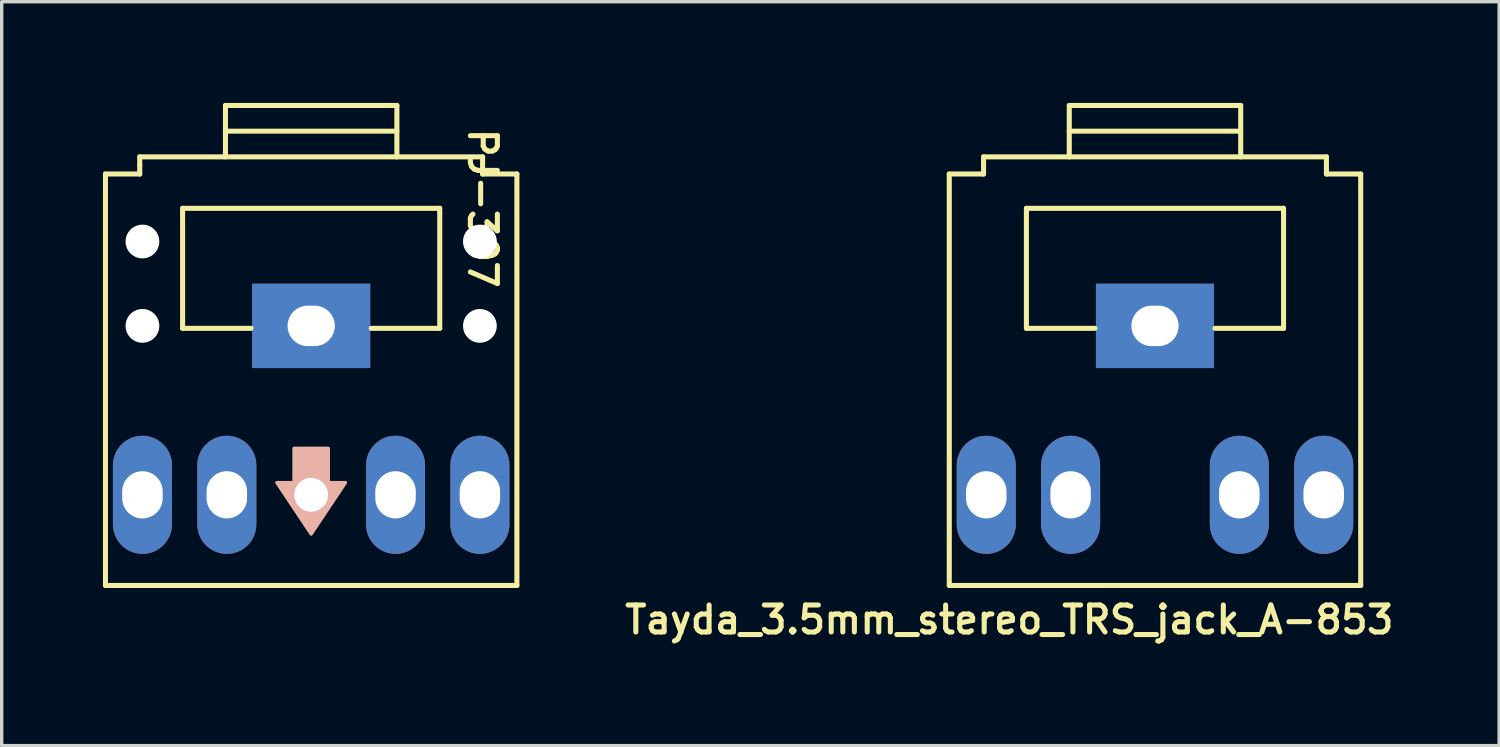
<source format=kicad_pcb>
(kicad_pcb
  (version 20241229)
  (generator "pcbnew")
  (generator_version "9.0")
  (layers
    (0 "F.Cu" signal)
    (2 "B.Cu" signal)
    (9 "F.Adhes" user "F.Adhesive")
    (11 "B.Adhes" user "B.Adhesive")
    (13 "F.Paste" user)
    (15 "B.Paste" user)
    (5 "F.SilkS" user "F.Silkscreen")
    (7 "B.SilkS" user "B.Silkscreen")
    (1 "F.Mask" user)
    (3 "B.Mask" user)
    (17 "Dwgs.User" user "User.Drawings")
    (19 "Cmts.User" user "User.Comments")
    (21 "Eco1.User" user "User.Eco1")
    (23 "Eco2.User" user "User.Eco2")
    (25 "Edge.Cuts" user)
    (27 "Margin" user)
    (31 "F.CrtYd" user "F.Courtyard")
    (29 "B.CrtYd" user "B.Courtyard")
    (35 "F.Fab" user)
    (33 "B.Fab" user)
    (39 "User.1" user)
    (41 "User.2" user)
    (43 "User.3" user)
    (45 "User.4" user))
  (footprint "Tayda_3.5mm_stereo_TRS_jack_A-853"
    (layer "F.Cu")
    (at 31.176 8.203)
    (property "Reference" "Tayda_3.5mm_stereo_TRS_jack_A-853" (at -4.318 7.112 0) (layer "F.SilkS") (effects (font (size 0.8 0.8) (thickness 0.15))))
    (attr through_hole)
    (fp_line (start -6.096 6.096) (end -6.096 -6.096) (stroke (width 0.15) (type solid)) (layer "F.SilkS"))
    (fp_line (start -5.08 -6.604) (end 5.08 -6.604) (stroke (width 0.15) (type solid)) (layer "F.SilkS"))
    (fp_line (start -5.08 -6.35) (end -5.08 -6.604) (stroke (width 0.15) (type solid)) (layer "F.SilkS"))
    (fp_line (start -5.08 -6.096) (end -6.096 -6.096) (stroke (width 0.15) (type solid)) (layer "F.SilkS"))
    (fp_line (start -5.08 -6.096) (end -5.08 -6.35) (stroke (width 0.15) (type solid)) (layer "F.SilkS"))
    (fp_line (start -3.81 -5.08) (end 3.81 -5.08) (stroke (width 0.15) (type solid)) (layer "F.SilkS"))
    (fp_line (start -3.81 -1.524) (end -3.81 -5.08) (stroke (width 0.15) (type solid)) (layer "F.SilkS"))
    (fp_line (start -2.54 -8.128) (end -2.54 -6.604) (stroke (width 0.15) (type solid)) (layer "F.SilkS"))
    (fp_line (start -2.54 -8.128) (end 2.54 -8.128) (stroke (width 0.15) (type solid)) (layer "F.SilkS"))
    (fp_line (start -2.54 -7.366) (end 2.54 -7.366) (stroke (width 0.15) (type solid)) (layer "F.SilkS"))
    (fp_line (start -1.778 -1.524) (end -3.81 -1.524) (stroke (width 0.15) (type solid)) (layer "F.SilkS"))
    (fp_line (start 2.54 -6.604) (end 2.54 -8.128) (stroke (width 0.15) (type solid)) (layer "F.SilkS"))
    (fp_line (start 3.81 -5.08) (end 3.81 -1.524) (stroke (width 0.15) (type solid)) (layer "F.SilkS"))
    (fp_line (start 3.81 -1.524) (end 1.778 -1.524) (stroke (width 0.15) (type solid)) (layer "F.SilkS"))
    (fp_line (start 5.08 -6.604) (end 5.08 -6.096) (stroke (width 0.15) (type solid)) (layer "F.SilkS"))
    (fp_line (start 6.096 -6.096) (end 5.08 -6.096) (stroke (width 0.15) (type solid)) (layer "F.SilkS"))
    (fp_line (start 6.096 -6.096) (end 6.096 6.096) (stroke (width 0.15) (type solid)) (layer "F.SilkS"))
    (fp_line (start 6.096 6.096) (end -6.096 6.096) (stroke (width 0.15) (type solid)) (layer "F.SilkS"))
    (pad "1" thru_hole rect (at 0 -1.596) (size 3.5 2.5) (drill oval 1.4 1.2) (layers "*.Cu" "*.Mask"))
    (pad "2" thru_hole oval (at 5 3.41) (size 1.75 3.5) (drill oval 1.2 1.4) (layers "*.Cu" "*.Mask"))
    (pad "3" thru_hole oval (at 2.5 3.41) (size 1.75 3.5) (drill oval 1.2 1.4) (layers "*.Cu" "*.Mask"))
    (pad "4" thru_hole oval (at -2.5 3.41) (size 1.75 3.5) (drill oval 1.2 1.4) (layers "*.Cu" "*.Mask"))
    (pad "5" thru_hole oval (at -5 3.41) (size 1.75 3.5) (drill oval 1.2 1.4) (layers "*.Cu" "*.Mask")))
  (footprint "PJ-307"
    (layer "F.Cu")
    (at 6.171 8.203)
    (property "Reference" "PJ-307" (at 5.08 -5.08 270) (unlocked yes) (layer "F.SilkS") (effects (font (size 0.8 0.8) (thickness 0.15))))
    (attr through_hole)
    (fp_line (start -6.096 6.096) (end -6.096 -6.096) (stroke (width 0.15) (type solid)) (layer "F.SilkS"))
    (fp_line (start -5.08 -6.604) (end 5.08 -6.604) (stroke (width 0.15) (type solid)) (layer "F.SilkS"))
    (fp_line (start -5.08 -6.35) (end -5.08 -6.604) (stroke (width 0.15) (type solid)) (layer "F.SilkS"))
    (fp_line (start -5.08 -6.096) (end -6.096 -6.096) (stroke (width 0.15) (type solid)) (layer "F.SilkS"))
    (fp_line (start -5.08 -6.096) (end -5.08 -6.35) (stroke (width 0.15) (type solid)) (layer "F.SilkS"))
    (fp_line (start -3.81 -5.08) (end 3.81 -5.08) (stroke (width 0.15) (type solid)) (layer "F.SilkS"))
    (fp_line (start -3.81 -1.524) (end -3.81 -5.08) (stroke (width 0.15) (type solid)) (layer "F.SilkS"))
    (fp_line (start -2.54 -8.128) (end -2.54 -6.604) (stroke (width 0.15) (type solid)) (layer "F.SilkS"))
    (fp_line (start -2.54 -8.128) (end 2.54 -8.128) (stroke (width 0.15) (type solid)) (layer "F.SilkS"))
    (fp_line (start -2.54 -7.366) (end 2.54 -7.366) (stroke (width 0.15) (type solid)) (layer "F.SilkS"))
    (fp_line (start -1.778 -1.524) (end -3.81 -1.524) (stroke (width 0.15) (type solid)) (layer "F.SilkS"))
    (fp_line (start 2.54 -6.604) (end 2.54 -8.128) (stroke (width 0.15) (type solid)) (layer "F.SilkS"))
    (fp_line (start 3.81 -5.08) (end 3.81 -1.524) (stroke (width 0.15) (type solid)) (layer "F.SilkS"))
    (fp_line (start 3.81 -1.524) (end 1.778 -1.524) (stroke (width 0.15) (type solid)) (layer "F.SilkS"))
    (fp_line (start 5.08 -6.604) (end 5.08 -6.096) (stroke (width 0.15) (type solid)) (layer "F.SilkS"))
    (fp_line (start 6.096 -6.096) (end 5.08 -6.096) (stroke (width 0.15) (type solid)) (layer "F.SilkS"))
    (fp_line (start 6.096 -6.096) (end 6.096 6.096) (stroke (width 0.15) (type solid)) (layer "F.SilkS"))
    (fp_line (start 6.096 6.096) (end -6.096 6.096) (stroke (width 0.15) (type solid)) (layer "F.SilkS"))
    (fp_poly (pts (xy 0.508 3.048) (xy 1.016 3.048) (xy 0 4.572) (xy -1.016 3.048) (xy -0.508 3.048) (xy -0.508 2.032) (xy 0.508 2.032)) (stroke (width 0.1) (type solid)) (fill yes) (layer "B.SilkS"))
    (pad "" np_thru_hole circle (at -5 -4.096) (size 1 1) (drill 1) (layers "*.Cu" "*.Mask"))
    (pad "" np_thru_hole circle (at -5 -1.596) (size 1 1) (drill 1) (layers "*.Cu" "*.Mask"))
    (pad "" np_thru_hole circle (at 0 3.41) (size 1 1) (drill 1) (layers "*.Cu" "*.Mask"))
    (pad "" np_thru_hole circle (at 5 -4.096) (size 1 1) (drill 1) (layers "*.Cu" "*.Mask"))
    (pad "" np_thru_hole circle (at 5 -1.596) (size 1 1) (drill 1) (layers "*.Cu" "*.Mask"))
    (pad "1" thru_hole rect (at 0 -1.596) (size 3.5 2.5) (drill oval 1.4 1.2) (layers "*.Cu" "*.Mask"))
    (pad "2" thru_hole oval (at 5 3.41) (size 1.75 3.5) (drill oval 1.2 1.4) (layers "*.Cu" "*.Mask"))
    (pad "3" thru_hole oval (at 2.5 3.41) (size 1.75 3.5) (drill oval 1.2 1.4) (layers "*.Cu" "*.Mask"))
    (pad "4" thru_hole oval (at -2.5 3.41) (size 1.75 3.5) (drill oval 1.2 1.4) (layers "*.Cu" "*.Mask"))
    (pad "5" thru_hole oval (at -5 3.41) (size 1.75 3.5) (drill oval 1.2 1.4) (layers "*.Cu" "*.Mask")))
  (gr_rect
    (start -3 -3)
    (end 41.375 19.046)
    (stroke (width 0.1) (type default))
    (fill no)
    (layer "Edge.Cuts")))
</source>
